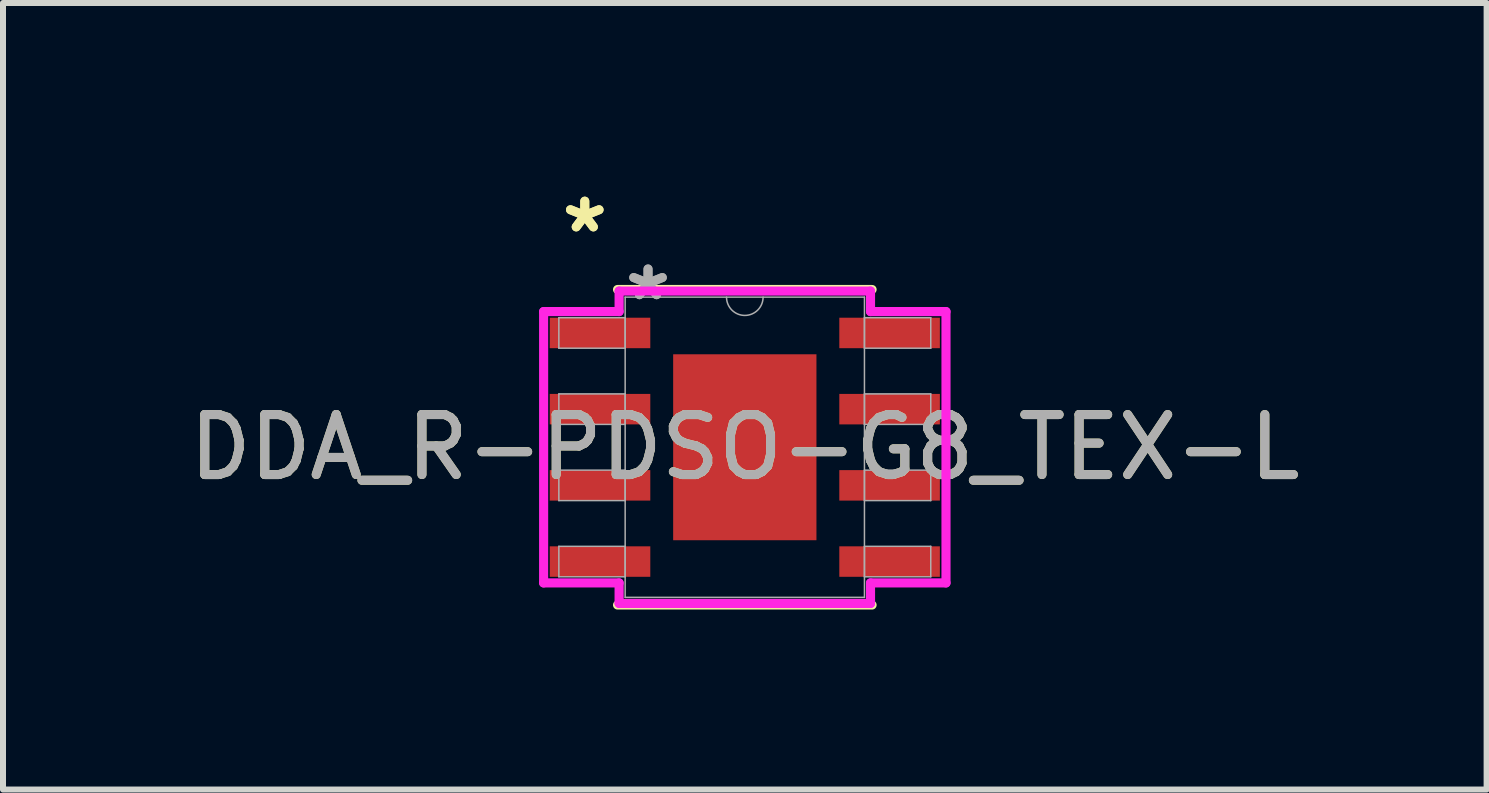
<source format=kicad_pcb>
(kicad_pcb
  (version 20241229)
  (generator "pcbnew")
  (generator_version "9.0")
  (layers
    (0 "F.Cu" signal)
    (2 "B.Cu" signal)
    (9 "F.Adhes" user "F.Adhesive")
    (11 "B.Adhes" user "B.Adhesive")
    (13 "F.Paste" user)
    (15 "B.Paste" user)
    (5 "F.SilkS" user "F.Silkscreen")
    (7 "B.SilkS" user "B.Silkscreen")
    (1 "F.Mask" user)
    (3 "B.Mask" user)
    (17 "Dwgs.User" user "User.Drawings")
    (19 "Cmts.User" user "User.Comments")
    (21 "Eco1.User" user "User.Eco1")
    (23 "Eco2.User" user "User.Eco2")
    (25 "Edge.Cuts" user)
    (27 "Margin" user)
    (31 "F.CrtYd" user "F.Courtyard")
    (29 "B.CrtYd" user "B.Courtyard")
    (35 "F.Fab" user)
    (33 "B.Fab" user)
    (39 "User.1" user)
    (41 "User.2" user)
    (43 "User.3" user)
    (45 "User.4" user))
  (footprint "DDA_R-PDSO-G8_TEX-L"
    (layer "F.Cu")
    (at 9.363 4.404)
    (property "Reference" "DDA_R-PDSO-G8_TEX-L" (at 0 0 0) (unlocked yes) (layer "F.SilkS") (effects (font (size 1 1) (thickness 0.15))))
    (attr smd)
    (fp_line (start -2.121 2.629) (end 2.121 2.629) (stroke (width 0.152) (type solid)) (layer "F.SilkS"))
    (fp_line (start 2.121 -2.629) (end -2.121 -2.629) (stroke (width 0.152) (type solid)) (layer "F.SilkS"))
    (fp_poly (pts (xy -1.094 -1.449) (xy -1.094 -0.1) (xy 1.094 -0.1) (xy 1.094 -1.449)) (stroke (width 0) (type solid)) (fill yes) (layer "F.Paste"))
    (fp_poly (pts (xy -1.094 0.1) (xy -1.094 1.449) (xy 1.094 1.449) (xy 1.094 0.1)) (stroke (width 0) (type solid)) (fill yes) (layer "F.Paste"))
    (fp_line (start -3.353 -2.261) (end -2.095 -2.261) (stroke (width 0.152) (type solid)) (layer "F.CrtYd"))
    (fp_line (start -3.353 2.261) (end -3.353 -2.261) (stroke (width 0.152) (type solid)) (layer "F.CrtYd"))
    (fp_line (start -3.353 2.261) (end -2.095 2.261) (stroke (width 0.152) (type solid)) (layer "F.CrtYd"))
    (fp_line (start -2.095 -2.603) (end 2.095 -2.603) (stroke (width 0.152) (type solid)) (layer "F.CrtYd"))
    (fp_line (start -2.095 -2.261) (end -2.095 -2.603) (stroke (width 0.152) (type solid)) (layer "F.CrtYd"))
    (fp_line (start -2.095 2.603) (end -2.095 2.261) (stroke (width 0.152) (type solid)) (layer "F.CrtYd"))
    (fp_line (start 2.095 -2.603) (end 2.095 -2.261) (stroke (width 0.152) (type solid)) (layer "F.CrtYd"))
    (fp_line (start 2.095 2.261) (end 2.095 2.603) (stroke (width 0.152) (type solid)) (layer "F.CrtYd"))
    (fp_line (start 2.095 2.603) (end -2.095 2.603) (stroke (width 0.152) (type solid)) (layer "F.CrtYd"))
    (fp_line (start 3.353 -2.261) (end 2.095 -2.261) (stroke (width 0.152) (type solid)) (layer "F.CrtYd"))
    (fp_line (start 3.353 -2.261) (end 3.353 2.261) (stroke (width 0.152) (type solid)) (layer "F.CrtYd"))
    (fp_line (start 3.353 2.261) (end 2.095 2.261) (stroke (width 0.152) (type solid)) (layer "F.CrtYd"))
    (fp_line (start -3.099 -2.159) (end -3.099 -1.651) (stroke (width 0.025) (type solid)) (layer "F.Fab"))
    (fp_line (start -3.099 -1.651) (end -1.994 -1.651) (stroke (width 0.025) (type solid)) (layer "F.Fab"))
    (fp_line (start -3.099 -0.889) (end -3.099 -0.381) (stroke (width 0.025) (type solid)) (layer "F.Fab"))
    (fp_line (start -3.099 -0.381) (end -1.994 -0.381) (stroke (width 0.025) (type solid)) (layer "F.Fab"))
    (fp_line (start -3.099 0.381) (end -3.099 0.889) (stroke (width 0.025) (type solid)) (layer "F.Fab"))
    (fp_line (start -3.099 0.889) (end -1.994 0.889) (stroke (width 0.025) (type solid)) (layer "F.Fab"))
    (fp_line (start -3.099 1.651) (end -3.099 2.159) (stroke (width 0.025) (type solid)) (layer "F.Fab"))
    (fp_line (start -3.099 2.159) (end -1.994 2.159) (stroke (width 0.025) (type solid)) (layer "F.Fab"))
    (fp_line (start -1.994 -2.502) (end -1.994 2.502) (stroke (width 0.025) (type solid)) (layer "F.Fab"))
    (fp_line (start -1.994 -2.159) (end -3.099 -2.159) (stroke (width 0.025) (type solid)) (layer "F.Fab"))
    (fp_line (start -1.994 -1.651) (end -1.994 -2.159) (stroke (width 0.025) (type solid)) (layer "F.Fab"))
    (fp_line (start -1.994 -0.889) (end -3.099 -0.889) (stroke (width 0.025) (type solid)) (layer "F.Fab"))
    (fp_line (start -1.994 -0.381) (end -1.994 -0.889) (stroke (width 0.025) (type solid)) (layer "F.Fab"))
    (fp_line (start -1.994 0.381) (end -3.099 0.381) (stroke (width 0.025) (type solid)) (layer "F.Fab"))
    (fp_line (start -1.994 0.889) (end -1.994 0.381) (stroke (width 0.025) (type solid)) (layer "F.Fab"))
    (fp_line (start -1.994 1.651) (end -3.099 1.651) (stroke (width 0.025) (type solid)) (layer "F.Fab"))
    (fp_line (start -1.994 2.159) (end -1.994 1.651) (stroke (width 0.025) (type solid)) (layer "F.Fab"))
    (fp_line (start -1.994 2.502) (end 1.994 2.502) (stroke (width 0.025) (type solid)) (layer "F.Fab"))
    (fp_line (start 1.994 -2.502) (end -1.994 -2.502) (stroke (width 0.025) (type solid)) (layer "F.Fab"))
    (fp_line (start 1.994 -2.159) (end 1.994 -1.651) (stroke (width 0.025) (type solid)) (layer "F.Fab"))
    (fp_line (start 1.994 -1.651) (end 3.099 -1.651) (stroke (width 0.025) (type solid)) (layer "F.Fab"))
    (fp_line (start 1.994 -0.889) (end 1.994 -0.381) (stroke (width 0.025) (type solid)) (layer "F.Fab"))
    (fp_line (start 1.994 -0.381) (end 3.099 -0.381) (stroke (width 0.025) (type solid)) (layer "F.Fab"))
    (fp_line (start 1.994 0.381) (end 1.994 0.889) (stroke (width 0.025) (type solid)) (layer "F.Fab"))
    (fp_line (start 1.994 0.889) (end 3.099 0.889) (stroke (width 0.025) (type solid)) (layer "F.Fab"))
    (fp_line (start 1.994 1.651) (end 1.994 2.159) (stroke (width 0.025) (type solid)) (layer "F.Fab"))
    (fp_line (start 1.994 2.159) (end 3.099 2.159) (stroke (width 0.025) (type solid)) (layer "F.Fab"))
    (fp_line (start 1.994 2.502) (end 1.994 -2.502) (stroke (width 0.025) (type solid)) (layer "F.Fab"))
    (fp_line (start 3.099 -2.159) (end 1.994 -2.159) (stroke (width 0.025) (type solid)) (layer "F.Fab"))
    (fp_line (start 3.099 -1.651) (end 3.099 -2.159) (stroke (width 0.025) (type solid)) (layer "F.Fab"))
    (fp_line (start 3.099 -0.889) (end 1.994 -0.889) (stroke (width 0.025) (type solid)) (layer "F.Fab"))
    (fp_line (start 3.099 -0.381) (end 3.099 -0.889) (stroke (width 0.025) (type solid)) (layer "F.Fab"))
    (fp_line (start 3.099 0.381) (end 1.994 0.381) (stroke (width 0.025) (type solid)) (layer "F.Fab"))
    (fp_line (start 3.099 0.889) (end 3.099 0.381) (stroke (width 0.025) (type solid)) (layer "F.Fab"))
    (fp_line (start 3.099 1.651) (end 1.994 1.651) (stroke (width 0.025) (type solid)) (layer "F.Fab"))
    (fp_line (start 3.099 2.159) (end 3.099 1.651) (stroke (width 0.025) (type solid)) (layer "F.Fab"))
    (fp_arc (start 0.3048 -2.5019) (mid 0 -2.1971) (end -0.3048 -2.5019) (stroke (width 0.0254) (type solid)) (layer "F.Fab"))
    (fp_text user "*" (at -2.667 -3.556 0) (unlocked yes) (layer "F.SilkS") (effects (font (size 1 1) (thickness 0.15))))
    (fp_text user "*" (at -2.667 -3.556 0) (layer "F.SilkS") (effects (font (size 1 1) (thickness 0.15))))
    (fp_text user "*" (at -1.613 -2.426 0) (layer "F.Fab") (effects (font (size 1 1) (thickness 0.15))))
    (fp_text user "${REFERENCE}" (at 0 0 0) (unlocked yes) (layer "F.Fab") (effects (font (size 1 1) (thickness 0.15))))
    (fp_text user "*" (at -1.613 -2.426 0) (unlocked yes) (layer "F.Fab") (effects (font (size 1 1) (thickness 0.15))))
    (pad "1" smd rect (at -2.413 -1.905) (size 1.676 0.508) (layers "F.Cu" "F.Mask" "F.Paste"))
    (pad "2" smd rect (at -2.413 -0.635) (size 1.676 0.508) (layers "F.Cu" "F.Mask" "F.Paste"))
    (pad "3" smd rect (at -2.413 0.635) (size 1.676 0.508) (layers "F.Cu" "F.Mask" "F.Paste"))
    (pad "4" smd rect (at -2.413 1.905) (size 1.676 0.508) (layers "F.Cu" "F.Mask" "F.Paste"))
    (pad "5" smd rect (at 2.413 1.905) (size 1.676 0.508) (layers "F.Cu" "F.Mask" "F.Paste"))
    (pad "6" smd rect (at 2.413 0.635) (size 1.676 0.508) (layers "F.Cu" "F.Mask" "F.Paste"))
    (pad "7" smd rect (at 2.413 -0.635) (size 1.676 0.508) (layers "F.Cu" "F.Mask" "F.Paste"))
    (pad "8" smd rect (at 2.413 -1.905) (size 1.676 0.508) (layers "F.Cu" "F.Mask" "F.Paste"))
    (pad "9" smd rect (at 0 0) (size 2.388 3.099) (layers "F.Cu" "F.Mask")))
  (gr_rect
    (start -3 -3)
    (end 21.726 10.109)
    (stroke (width 0.1) (type default))
    (fill no)
    (layer "Edge.Cuts")))
</source>
